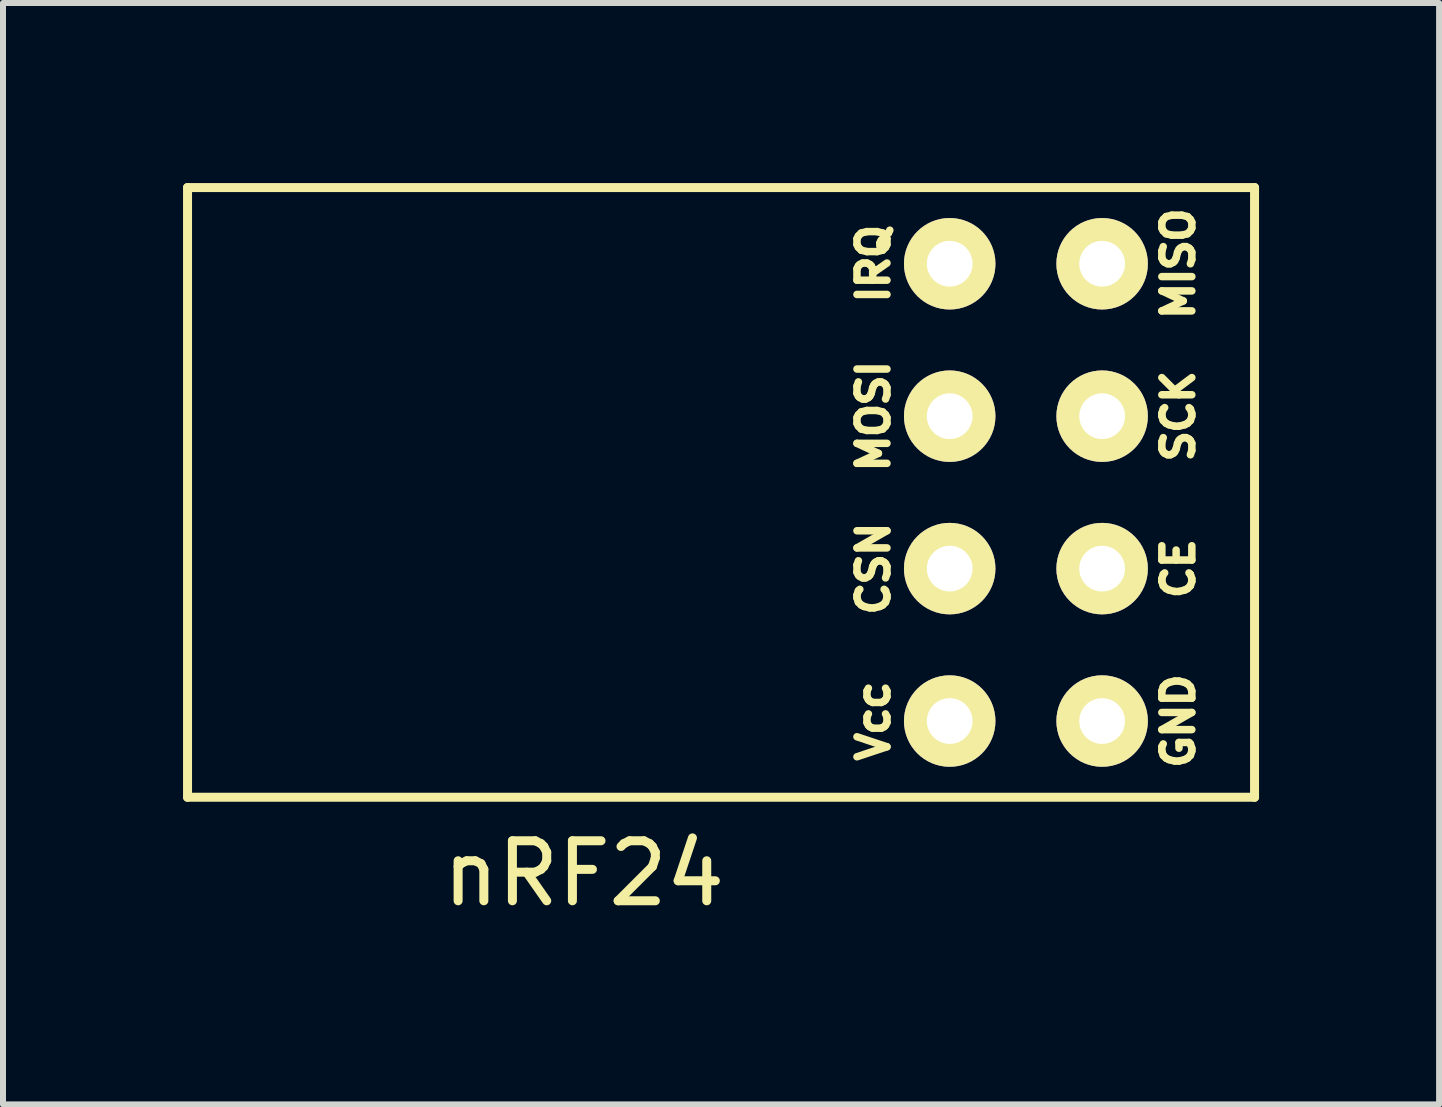
<source format=kicad_pcb>
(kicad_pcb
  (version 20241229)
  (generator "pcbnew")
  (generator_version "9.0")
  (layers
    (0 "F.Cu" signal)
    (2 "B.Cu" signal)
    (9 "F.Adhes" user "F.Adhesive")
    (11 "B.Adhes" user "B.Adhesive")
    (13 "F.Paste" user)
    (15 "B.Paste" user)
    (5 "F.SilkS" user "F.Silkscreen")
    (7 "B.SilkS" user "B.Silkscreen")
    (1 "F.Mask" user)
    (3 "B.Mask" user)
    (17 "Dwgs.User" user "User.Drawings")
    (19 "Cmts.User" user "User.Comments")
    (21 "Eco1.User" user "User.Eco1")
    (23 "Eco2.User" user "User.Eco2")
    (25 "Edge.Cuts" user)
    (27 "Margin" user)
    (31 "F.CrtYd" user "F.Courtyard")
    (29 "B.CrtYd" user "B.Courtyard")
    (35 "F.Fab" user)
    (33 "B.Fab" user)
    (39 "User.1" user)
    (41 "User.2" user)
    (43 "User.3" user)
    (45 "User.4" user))
  (footprint "nRF24"
    (layer "F.Cu")
    (at 6.425 5.155)
    (property "Reference" "nRF24" (at 0.254 6.35 0) (layer "F.SilkS") (effects (font (size 1 1) (thickness 0.15))))
    (attr through_hole)
    (fp_line (start -6.35 -5.08) (end -6.35 5.08) (stroke (width 0.15) (type solid)) (layer "F.SilkS"))
    (fp_line (start -6.35 5.08) (end 11.43 5.08) (stroke (width 0.15) (type solid)) (layer "F.SilkS"))
    (fp_line (start 11.43 -5.08) (end -6.35 -5.08) (stroke (width 0.15) (type solid)) (layer "F.SilkS"))
    (fp_line (start 11.43 -5.08) (end 11.43 5.08) (stroke (width 0.15) (type solid)) (layer "F.SilkS"))
    (fp_text user "IRQ" (at 5.08 -3.81 90) (layer "F.SilkS") (effects (font (size 0.5 0.5) (thickness 0.125))))
    (fp_text user "CE" (at 10.16 1.27 90) (layer "F.SilkS") (effects (font (size 0.5 0.5) (thickness 0.125))))
    (fp_text user "MISO" (at 10.16 -3.81 90) (layer "F.SilkS") (effects (font (size 0.5 0.5) (thickness 0.125))))
    (fp_text user "Vcc" (at 5.08 3.81 90) (layer "F.SilkS") (effects (font (size 0.5 0.5) (thickness 0.125))))
    (fp_text user "MOSI" (at 5.08 -1.27 90) (layer "F.SilkS") (effects (font (size 0.5 0.5) (thickness 0.125))))
    (fp_text user "CSN" (at 5.08 1.27 90) (layer "F.SilkS") (effects (font (size 0.5 0.5) (thickness 0.125))))
    (fp_text user "GND" (at 10.16 3.81 90) (layer "F.SilkS") (effects (font (size 0.5 0.5) (thickness 0.125))))
    (fp_text user "SCK" (at 10.16 -1.27 90) (layer "F.SilkS") (effects (font (size 0.5 0.5) (thickness 0.125))))
    (pad "0" thru_hole circle (at 8.89 3.81) (size 1.524 1.524) (drill 0.762) (layers "*.Cu" "*.Mask" "F.SilkS"))
    (pad "1" thru_hole circle (at 8.89 1.27) (size 1.524 1.524) (drill 0.762) (layers "*.Cu" "*.Mask" "F.SilkS"))
    (pad "2" thru_hole circle (at 8.89 -1.27) (size 1.524 1.524) (drill 0.762) (layers "*.Cu" "*.Mask" "F.SilkS"))
    (pad "3" thru_hole circle (at 8.89 -3.81) (size 1.524 1.524) (drill 0.762) (layers "*.Cu" "*.Mask" "F.SilkS"))
    (pad "4" thru_hole circle (at 6.35 -3.81) (size 1.524 1.524) (drill 0.762) (layers "*.Cu" "*.Mask" "F.SilkS"))
    (pad "5" thru_hole circle (at 6.35 -1.27) (size 1.524 1.524) (drill 0.762) (layers "*.Cu" "*.Mask" "F.SilkS"))
    (pad "6" thru_hole circle (at 6.35 1.27) (size 1.524 1.524) (drill 0.762) (layers "*.Cu" "*.Mask" "F.SilkS"))
    (pad "7" thru_hole circle (at 6.35 3.81) (size 1.524 1.524) (drill 0.762) (layers "*.Cu" "*.Mask" "F.SilkS")))
  (gr_rect
    (start -3 -3)
    (end 20.93 15.353)
    (stroke (width 0.1) (type default))
    (fill no)
    (layer "Edge.Cuts")))
</source>
